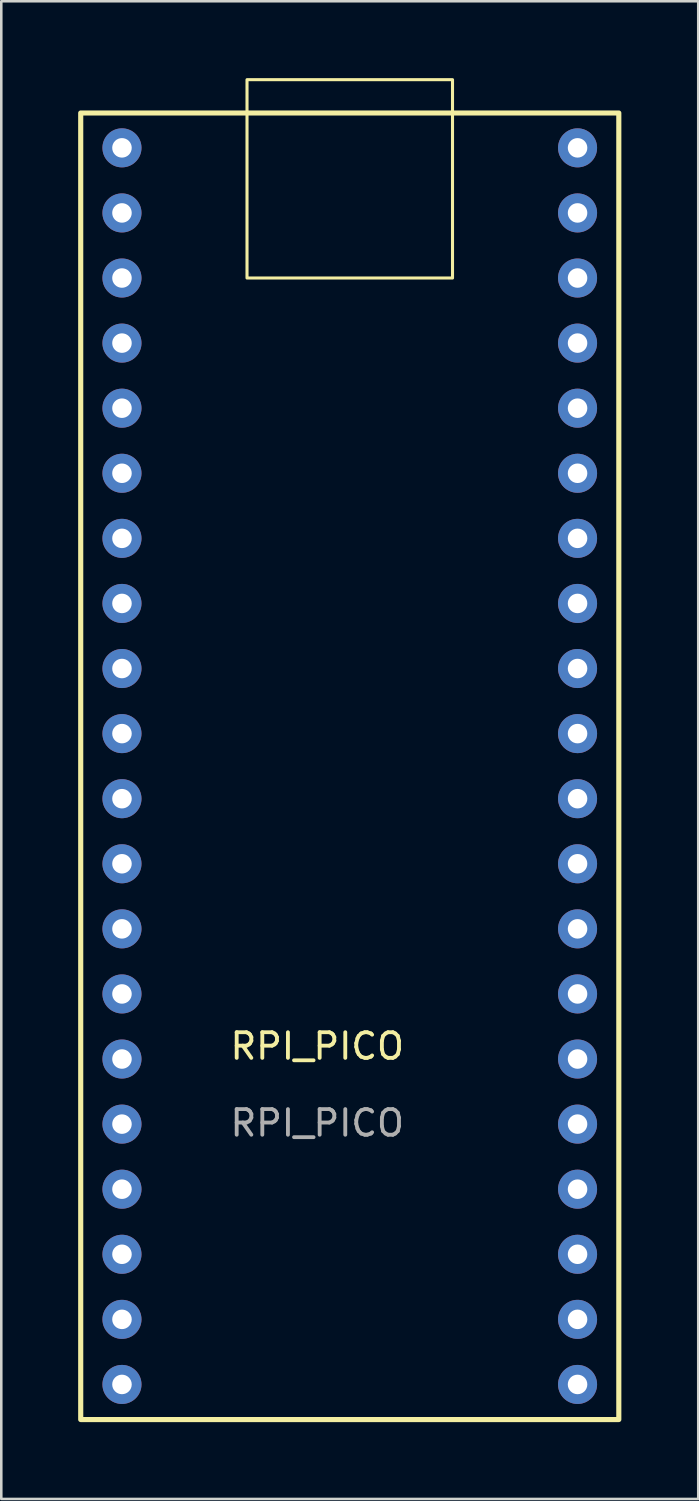
<source format=kicad_pcb>
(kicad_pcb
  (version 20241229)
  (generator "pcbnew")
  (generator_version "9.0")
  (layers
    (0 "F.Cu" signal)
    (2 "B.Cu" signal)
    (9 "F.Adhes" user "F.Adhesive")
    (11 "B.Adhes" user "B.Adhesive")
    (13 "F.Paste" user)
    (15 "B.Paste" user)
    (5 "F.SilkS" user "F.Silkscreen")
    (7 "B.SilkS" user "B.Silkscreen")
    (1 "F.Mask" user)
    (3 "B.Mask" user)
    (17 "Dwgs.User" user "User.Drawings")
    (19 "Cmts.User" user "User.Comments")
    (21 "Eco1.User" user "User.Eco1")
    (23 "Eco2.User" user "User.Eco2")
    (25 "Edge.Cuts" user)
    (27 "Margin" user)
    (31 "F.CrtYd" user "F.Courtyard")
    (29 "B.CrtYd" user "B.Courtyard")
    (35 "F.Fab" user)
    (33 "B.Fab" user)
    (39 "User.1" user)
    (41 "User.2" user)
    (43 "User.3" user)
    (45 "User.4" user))
  (footprint "RPI_PICO"
    (layer "F.Cu")
    (at 9.33 38.28)
    (property "Reference" "RPI_PICO" (at 0 -0.5 0) (unlocked yes) (layer "F.SilkS") (effects (font (size 1 1) (thickness 0.15))))
    (attr through_hole)
    (fp_rect (start -9.23 -36.92) (end 11.77 14.07) (stroke (width 0.2) (type solid)) (fill no) (layer "F.SilkS"))
    (fp_rect (start -2.74 -38.22) (end 5.28 -30.48) (stroke (width 0.12) (type solid)) (fill no) (layer "F.SilkS"))
    (fp_text user "${REFERENCE}" (at 0 2.5 0) (unlocked yes) (layer "F.Fab") (effects (font (size 1 1) (thickness 0.15))))
    (pad "1" thru_hole circle (at -7.62 -35.56) (size 1.524 1.524) (drill 0.762) (layers "*.Cu" "*.Mask"))
    (pad "2" thru_hole circle (at -7.62 -33.02) (size 1.524 1.524) (drill 0.762) (layers "*.Cu" "*.Mask"))
    (pad "3" thru_hole circle (at -7.62 -30.48) (size 1.524 1.524) (drill 0.762) (layers "*.Cu" "*.Mask"))
    (pad "4" thru_hole circle (at -7.62 -27.94) (size 1.524 1.524) (drill 0.762) (layers "*.Cu" "*.Mask"))
    (pad "5" thru_hole circle (at -7.62 -25.4) (size 1.524 1.524) (drill 0.762) (layers "*.Cu" "*.Mask"))
    (pad "6" thru_hole circle (at -7.62 -22.86) (size 1.524 1.524) (drill 0.762) (layers "*.Cu" "*.Mask"))
    (pad "7" thru_hole circle (at -7.62 -20.32) (size 1.524 1.524) (drill 0.762) (layers "*.Cu" "*.Mask"))
    (pad "8" thru_hole circle (at -7.62 -17.78) (size 1.524 1.524) (drill 0.762) (layers "*.Cu" "*.Mask"))
    (pad "9" thru_hole circle (at -7.62 -15.24) (size 1.524 1.524) (drill 0.762) (layers "*.Cu" "*.Mask"))
    (pad "10" thru_hole circle (at -7.62 -12.7) (size 1.524 1.524) (drill 0.762) (layers "*.Cu" "*.Mask"))
    (pad "11" thru_hole circle (at -7.62 -10.16) (size 1.524 1.524) (drill 0.762) (layers "*.Cu" "*.Mask"))
    (pad "12" thru_hole circle (at -7.62 -7.62) (size 1.524 1.524) (drill 0.762) (layers "*.Cu" "*.Mask"))
    (pad "13" thru_hole circle (at -7.62 -5.08) (size 1.524 1.524) (drill 0.762) (layers "*.Cu" "*.Mask"))
    (pad "14" thru_hole circle (at -7.62 -2.54) (size 1.524 1.524) (drill 0.762) (layers "*.Cu" "*.Mask"))
    (pad "15" thru_hole circle (at -7.62 0) (size 1.524 1.524) (drill 0.762) (layers "*.Cu" "*.Mask"))
    (pad "16" thru_hole circle (at -7.62 2.54) (size 1.524 1.524) (drill 0.762) (layers "*.Cu" "*.Mask"))
    (pad "17" thru_hole circle (at -7.62 5.08) (size 1.524 1.524) (drill 0.762) (layers "*.Cu" "*.Mask"))
    (pad "18" thru_hole circle (at -7.62 7.62) (size 1.524 1.524) (drill 0.762) (layers "*.Cu" "*.Mask"))
    (pad "19" thru_hole circle (at -7.62 10.16) (size 1.524 1.524) (drill 0.762) (layers "*.Cu" "*.Mask"))
    (pad "20" thru_hole circle (at -7.62 12.7) (size 1.524 1.524) (drill 0.762) (layers "*.Cu" "*.Mask"))
    (pad "21" thru_hole circle (at 10.16 12.7) (size 1.524 1.524) (drill 0.762) (layers "*.Cu" "*.Mask"))
    (pad "22" thru_hole circle (at 10.16 10.16) (size 1.524 1.524) (drill 0.762) (layers "*.Cu" "*.Mask"))
    (pad "23" thru_hole circle (at 10.16 7.62) (size 1.524 1.524) (drill 0.762) (layers "*.Cu" "*.Mask"))
    (pad "24" thru_hole circle (at 10.16 5.08) (size 1.524 1.524) (drill 0.762) (layers "*.Cu" "*.Mask"))
    (pad "25" thru_hole circle (at 10.16 2.54) (size 1.524 1.524) (drill 0.762) (layers "*.Cu" "*.Mask"))
    (pad "26" thru_hole circle (at 10.16 0) (size 1.524 1.524) (drill 0.762) (layers "*.Cu" "*.Mask"))
    (pad "27" thru_hole circle (at 10.16 -2.54) (size 1.524 1.524) (drill 0.762) (layers "*.Cu" "*.Mask"))
    (pad "28" thru_hole circle (at 10.16 -5.08) (size 1.524 1.524) (drill 0.762) (layers "*.Cu" "*.Mask"))
    (pad "29" thru_hole circle (at 10.16 -7.62) (size 1.524 1.524) (drill 0.762) (layers "*.Cu" "*.Mask"))
    (pad "30" thru_hole circle (at 10.16 -10.16) (size 1.524 1.524) (drill 0.762) (layers "*.Cu" "*.Mask"))
    (pad "31" thru_hole circle (at 10.16 -12.7) (size 1.524 1.524) (drill 0.762) (layers "*.Cu" "*.Mask"))
    (pad "32" thru_hole circle (at 10.16 -15.24) (size 1.524 1.524) (drill 0.762) (layers "*.Cu" "*.Mask"))
    (pad "33" thru_hole circle (at 10.16 -17.78) (size 1.524 1.524) (drill 0.762) (layers "*.Cu" "*.Mask"))
    (pad "34" thru_hole circle (at 10.16 -20.32) (size 1.524 1.524) (drill 0.762) (layers "*.Cu" "*.Mask"))
    (pad "35" thru_hole circle (at 10.16 -22.86) (size 1.524 1.524) (drill 0.762) (layers "*.Cu" "*.Mask"))
    (pad "36" thru_hole circle (at 10.16 -25.4) (size 1.524 1.524) (drill 0.762) (layers "*.Cu" "*.Mask"))
    (pad "37" thru_hole circle (at 10.16 -27.94) (size 1.524 1.524) (drill 0.762) (layers "*.Cu" "*.Mask"))
    (pad "38" thru_hole circle (at 10.16 -30.48) (size 1.524 1.524) (drill 0.762) (layers "*.Cu" "*.Mask"))
    (pad "39" thru_hole circle (at 10.16 -33.02) (size 1.524 1.524) (drill 0.762) (layers "*.Cu" "*.Mask"))
    (pad "40" thru_hole circle (at 10.16 -35.56) (size 1.524 1.524) (drill 0.762) (layers "*.Cu" "*.Mask")))
  (gr_rect
    (start -3 -3)
    (end 24.2 55.45)
    (stroke (width 0.1) (type default))
    (fill no)
    (layer "Edge.Cuts")))
</source>
